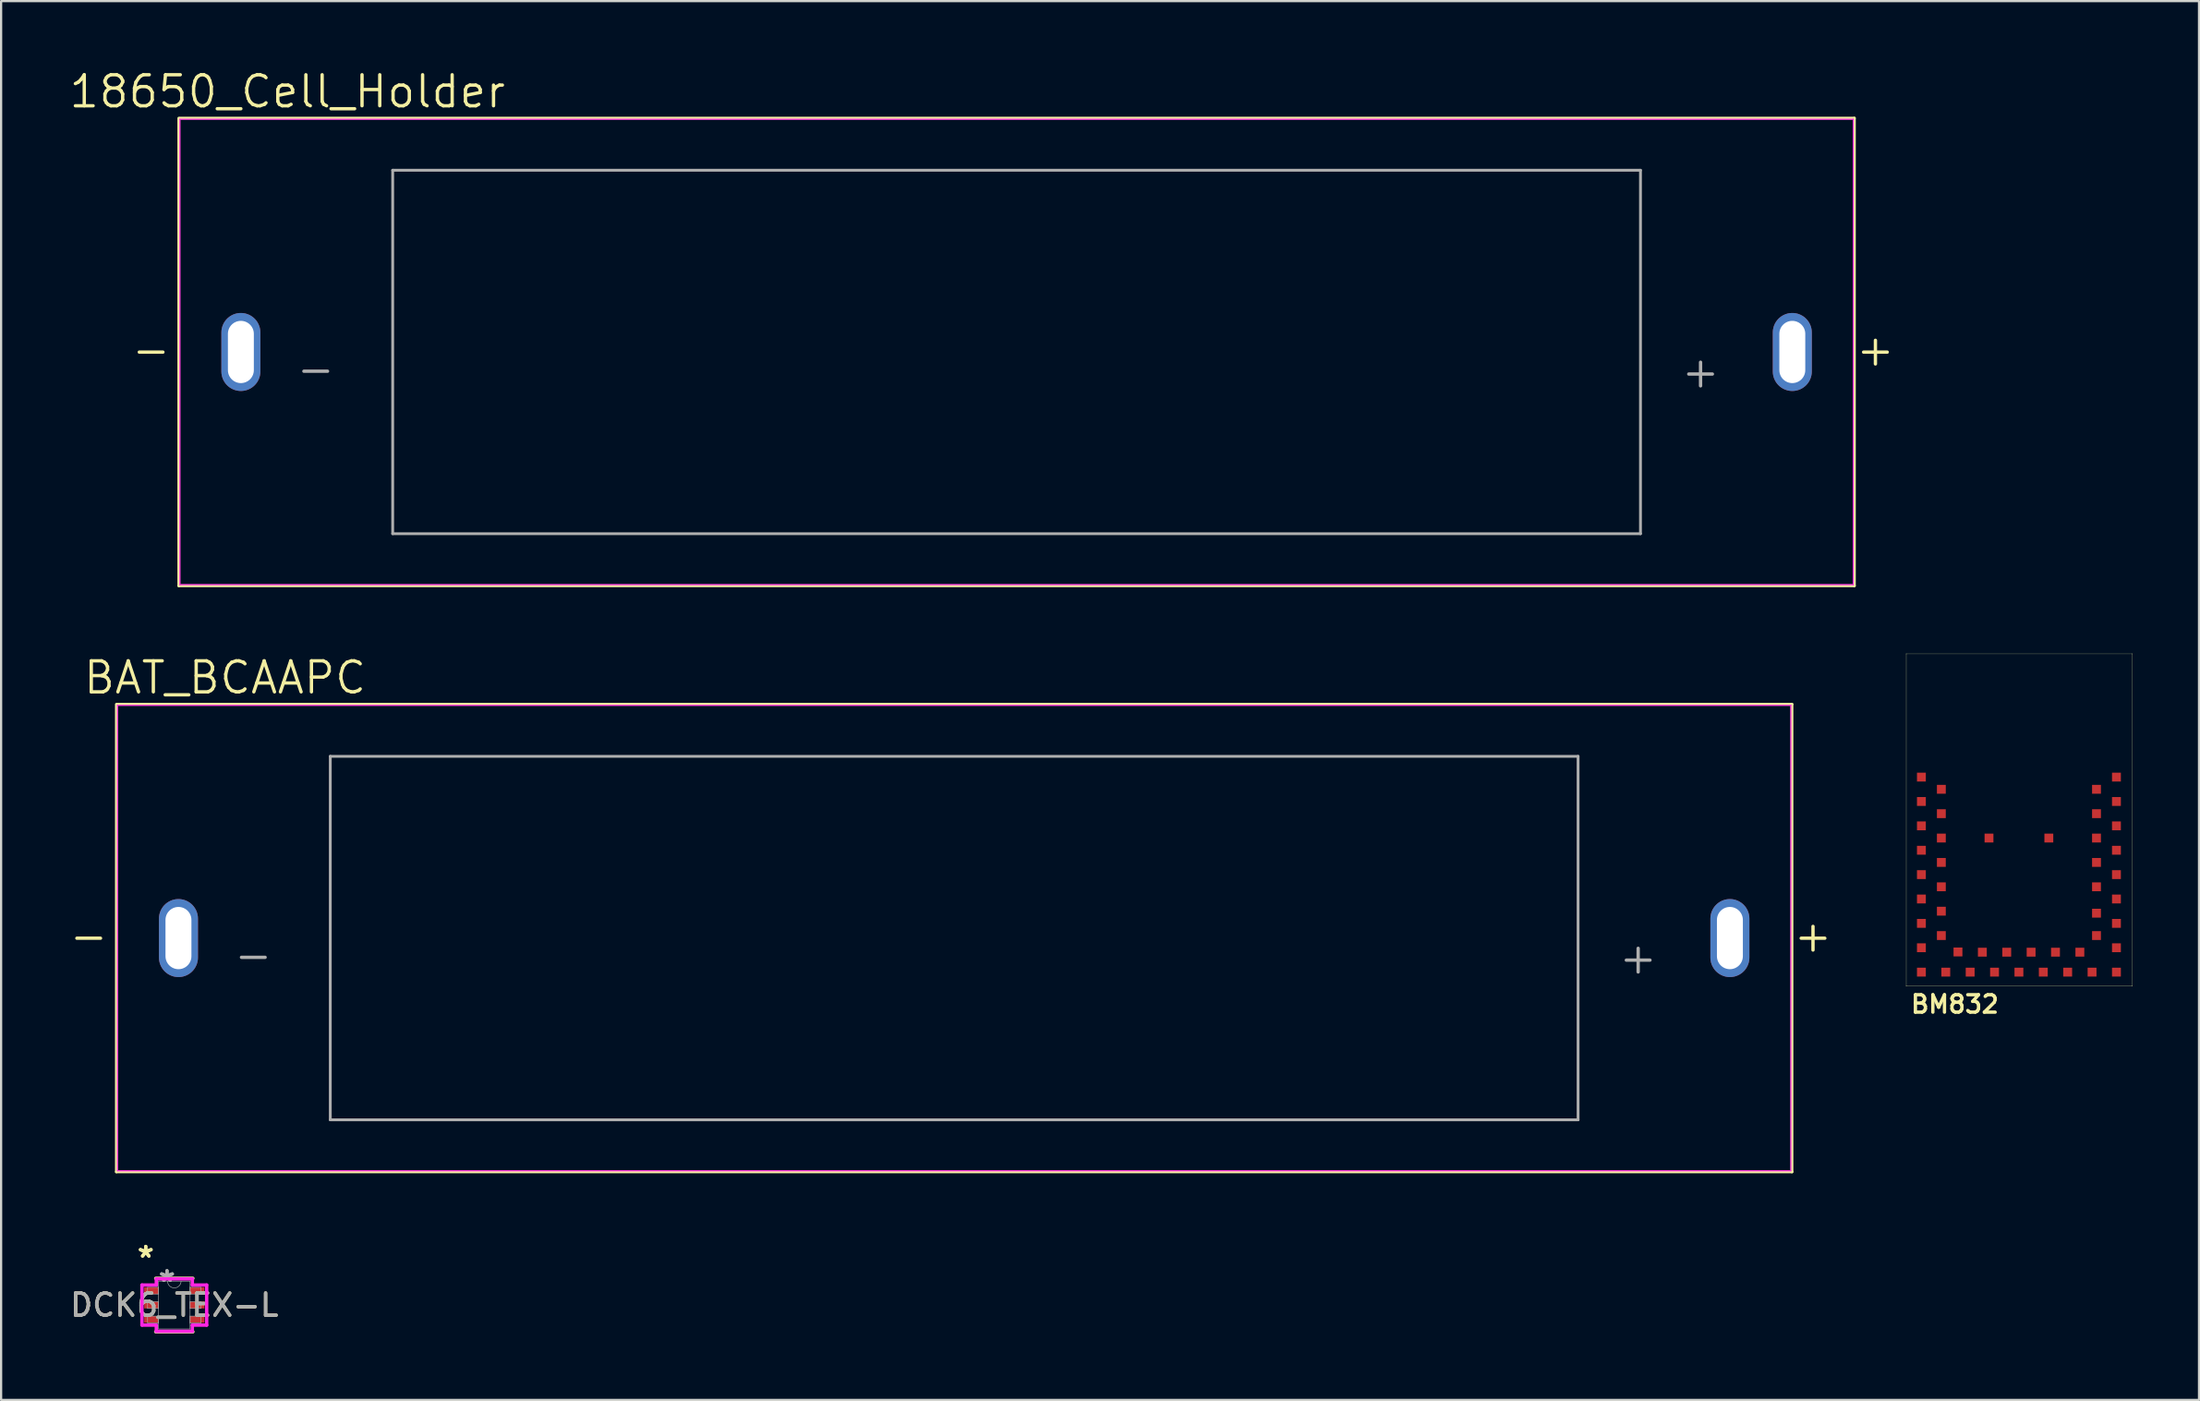
<source format=kicad_pcb>
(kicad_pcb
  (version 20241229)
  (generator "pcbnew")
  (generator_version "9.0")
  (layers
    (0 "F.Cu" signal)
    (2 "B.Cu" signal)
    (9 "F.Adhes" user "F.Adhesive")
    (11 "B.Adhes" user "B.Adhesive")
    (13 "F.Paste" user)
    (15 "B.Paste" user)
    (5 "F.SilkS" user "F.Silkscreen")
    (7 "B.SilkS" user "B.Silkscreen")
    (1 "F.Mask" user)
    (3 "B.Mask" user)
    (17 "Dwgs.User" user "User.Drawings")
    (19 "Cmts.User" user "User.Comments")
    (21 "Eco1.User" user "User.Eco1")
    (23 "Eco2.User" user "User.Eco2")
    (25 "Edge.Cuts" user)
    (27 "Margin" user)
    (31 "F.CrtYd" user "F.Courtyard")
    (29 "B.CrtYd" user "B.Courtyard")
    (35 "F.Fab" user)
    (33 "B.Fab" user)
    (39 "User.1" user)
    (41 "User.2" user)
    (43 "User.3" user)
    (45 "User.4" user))
  (footprint "BM832"
    (layer "F.Cu")
    (at 82.953 41.465)
    (property "Reference" "BM832" (at 2.2 0.8 0) (layer "F.SilkS") (effects (font (size 0.787 0.787) (thickness 0.15))))
    (attr smd)
    (fp_line (start 0.008 -15.012) (end 10.206 -15.012) (stroke (width 0.01) (type solid)) (layer "F.SilkS"))
    (fp_line (start 0.008 -15.009) (end 0.008 -15.012) (stroke (width 0.01) (type solid)) (layer "F.SilkS"))
    (fp_line (start 0.008 -0.016) (end 0.008 -15.009) (stroke (width 0.01) (type solid)) (layer "F.SilkS"))
    (fp_line (start 0.008 -0.014) (end 0.008 -0.016) (stroke (width 0.01) (type solid)) (layer "F.SilkS"))
    (fp_line (start 10.206 -15.012) (end 10.208 -15.012) (stroke (width 0.01) (type solid)) (layer "F.SilkS"))
    (fp_line (start 10.208 -15.012) (end 10.208 -0.016) (stroke (width 0.01) (type solid)) (layer "F.SilkS"))
    (fp_line (start 10.208 -0.016) (end 10.208 -0.014) (stroke (width 0.01) (type solid)) (layer "F.SilkS"))
    (fp_line (start 10.208 -0.014) (end 0.008 -0.014) (stroke (width 0.01) (type solid)) (layer "F.SilkS"))
    (fp_arc (start 0.0055 -15.0117) (mid 0.006232 -15.013468) (end 0.008 -15.0142) (stroke (width 0.01) (type solid)) (layer "F.SilkS"))
    (fp_arc (start 0.008 -15.0142) (mid 0.009768 -15.013468) (end 0.0105 -15.0117) (stroke (width 0.01) (type solid)) (layer "F.SilkS"))
    (fp_arc (start 0.008 -15.0092) (mid 0.0055 -15.0117) (end 0.008 -15.0142) (stroke (width 0.01) (type solid)) (layer "F.SilkS"))
    (fp_arc (start 0.008 -0.0112) (mid 0.006232 -0.011932) (end 0.0055 -0.0137) (stroke (width 0.01) (type solid)) (layer "F.SilkS"))
    (fp_arc (start 0.008 -0.0112) (mid 0.0055 -0.0137) (end 0.008 -0.0162) (stroke (width 0.01) (type solid)) (layer "F.SilkS"))
    (fp_arc (start 0.0105 -0.0137) (mid 0.009768 -0.011932) (end 0.008 -0.0112) (stroke (width 0.01) (type solid)) (layer "F.SilkS"))
    (fp_arc (start 10.2055 -15.0117) (mid 10.208 -15.0142) (end 10.2105 -15.0117) (stroke (width 0.01) (type solid)) (layer "F.SilkS"))
    (fp_arc (start 10.208 -15.0142) (mid 10.209768 -15.013468) (end 10.2105 -15.0117) (stroke (width 0.01) (type solid)) (layer "F.SilkS"))
    (fp_arc (start 10.208 -0.0162) (mid 10.2105 -0.0137) (end 10.208 -0.0112) (stroke (width 0.01) (type solid)) (layer "F.SilkS"))
    (fp_arc (start 10.208 -0.0112) (mid 10.206232 -0.011932) (end 10.2055 -0.0137) (stroke (width 0.01) (type solid)) (layer "F.SilkS"))
    (fp_arc (start 10.2105 -15.0117) (mid 10.209768 -15.009932) (end 10.208 -15.0092) (stroke (width 0.01) (type solid)) (layer "F.SilkS"))
    (fp_arc (start 10.2105 -0.0137) (mid 10.209768 -0.011932) (end 10.208 -0.0112) (stroke (width 0.01) (type solid)) (layer "F.SilkS"))
    (pad "P$1" smd rect (at 0.69 -9.45 180) (size 0.4 0.4) (layers "F.Cu" "F.Mask" "F.Paste"))
    (pad "P$2" smd rect (at 1.59 -8.9 90) (size 0.4 0.4) (layers "F.Cu" "F.Mask" "F.Paste"))
    (pad "P$3" smd rect (at 0.69 -8.35 90) (size 0.4 0.4) (layers "F.Cu" "F.Mask" "F.Paste"))
    (pad "P$4" smd rect (at 1.59 -7.8 90) (size 0.4 0.4) (layers "F.Cu" "F.Mask" "F.Paste"))
    (pad "P$5" smd rect (at 0.69 -7.25 90) (size 0.4 0.4) (layers "F.Cu" "F.Mask" "F.Paste"))
    (pad "P$6" smd rect (at 1.59 -6.7 90) (size 0.4 0.4) (layers "F.Cu" "F.Mask" "F.Paste"))
    (pad "P$7" smd rect (at 0.69 -6.15 90) (size 0.4 0.4) (layers "F.Cu" "F.Mask" "F.Paste"))
    (pad "P$8" smd rect (at 1.59 -5.6 180) (size 0.4 0.4) (layers "F.Cu" "F.Mask" "F.Paste"))
    (pad "P$9" smd rect (at 0.69 -5.05 90) (size 0.4 0.4) (layers "F.Cu" "F.Mask" "F.Paste"))
    (pad "P$10" smd rect (at 1.59 -4.5 90) (size 0.4 0.4) (layers "F.Cu" "F.Mask" "F.Paste"))
    (pad "P$11" smd rect (at 0.69 -3.95 90) (size 0.4 0.4) (layers "F.Cu" "F.Mask" "F.Paste"))
    (pad "P$12" smd rect (at 1.59 -3.4 90) (size 0.4 0.4) (layers "F.Cu" "F.Mask" "F.Paste"))
    (pad "P$13" smd rect (at 0.69 -2.85 90) (size 0.4 0.4) (layers "F.Cu" "F.Mask" "F.Paste"))
    (pad "P$14" smd rect (at 1.59 -2.3 90) (size 0.4 0.4) (layers "F.Cu" "F.Mask" "F.Paste"))
    (pad "P$15" smd rect (at 0.69 -1.75 90) (size 0.4 0.4) (layers "F.Cu" "F.Mask" "F.Paste"))
    (pad "P$16" smd rect (at 0.69 -0.65 90) (size 0.4 0.4) (layers "F.Cu" "F.Mask" "F.Paste"))
    (pad "P$17" smd rect (at 1.79 -0.65 90) (size 0.4 0.4) (layers "F.Cu" "F.Mask" "F.Paste"))
    (pad "P$18" smd rect (at 2.34 -1.56 180) (size 0.4 0.4) (layers "F.Cu" "F.Mask" "F.Paste"))
    (pad "P$19" smd rect (at 2.89 -0.65 90) (size 0.4 0.4) (layers "F.Cu" "F.Mask" "F.Paste"))
    (pad "P$20" smd rect (at 3.44 -1.55 90) (size 0.4 0.4) (layers "F.Cu" "F.Mask" "F.Paste"))
    (pad "P$21" smd rect (at 3.99 -0.65 90) (size 0.4 0.4) (layers "F.Cu" "F.Mask" "F.Paste"))
    (pad "P$22" smd rect (at 4.54 -1.55 90) (size 0.4 0.4) (layers "F.Cu" "F.Mask" "F.Paste"))
    (pad "P$23" smd rect (at 5.09 -0.65 180) (size 0.4 0.4) (layers "F.Cu" "F.Mask" "F.Paste"))
    (pad "P$24" smd rect (at 5.64 -1.55 90) (size 0.4 0.4) (layers "F.Cu" "F.Mask" "F.Paste"))
    (pad "P$25" smd rect (at 6.19 -0.65 90) (size 0.4 0.4) (layers "F.Cu" "F.Mask" "F.Paste"))
    (pad "P$26" smd rect (at 6.74 -1.55 90) (size 0.4 0.4) (layers "F.Cu" "F.Mask" "F.Paste"))
    (pad "P$27" smd rect (at 7.29 -0.65 90) (size 0.4 0.4) (layers "F.Cu" "F.Mask" "F.Paste"))
    (pad "P$28" smd rect (at 7.84 -1.55 90) (size 0.4 0.4) (layers "F.Cu" "F.Mask" "F.Paste"))
    (pad "P$29" smd rect (at 8.39 -0.65 90) (size 0.4 0.4) (layers "F.Cu" "F.Mask" "F.Paste"))
    (pad "P$30" smd rect (at 9.49 -0.65 180) (size 0.4 0.4) (layers "F.Cu" "F.Mask" "F.Paste"))
    (pad "P$31" smd rect (at 9.49 -1.75 90) (size 0.4 0.4) (layers "F.Cu" "F.Mask" "F.Paste"))
    (pad "P$32" smd rect (at 8.59 -2.3 90) (size 0.4 0.4) (layers "F.Cu" "F.Mask" "F.Paste"))
    (pad "P$33" smd rect (at 9.49 -2.85 90) (size 0.4 0.4) (layers "F.Cu" "F.Mask" "F.Paste"))
    (pad "P$34" smd rect (at 8.59 -3.31 90) (size 0.4 0.4) (layers "F.Cu" "F.Mask" "F.Paste"))
    (pad "P$35" smd rect (at 9.49 -3.95 90) (size 0.4 0.4) (layers "F.Cu" "F.Mask" "F.Paste"))
    (pad "P$36" smd rect (at 8.59 -4.5 90) (size 0.4 0.4) (layers "F.Cu" "F.Mask" "F.Paste"))
    (pad "P$37" smd rect (at 9.49 -5.05 90) (size 0.4 0.4) (layers "F.Cu" "F.Mask" "F.Paste"))
    (pad "P$38" smd rect (at 8.59 -5.6 90) (size 0.4 0.4) (layers "F.Cu" "F.Mask" "F.Paste"))
    (pad "P$39" smd rect (at 9.49 -6.15 90) (size 0.4 0.4) (layers "F.Cu" "F.Mask" "F.Paste"))
    (pad "P$40" smd rect (at 8.59 -6.7 90) (size 0.4 0.4) (layers "F.Cu" "F.Mask" "F.Paste"))
    (pad "P$41" smd rect (at 9.49 -7.25 90) (size 0.4 0.4) (layers "F.Cu" "F.Mask" "F.Paste"))
    (pad "P$42" smd rect (at 8.59 -7.8 90) (size 0.4 0.4) (layers "F.Cu" "F.Mask" "F.Paste"))
    (pad "P$43" smd rect (at 9.49 -8.35 90) (size 0.4 0.4) (layers "F.Cu" "F.Mask" "F.Paste"))
    (pad "P$44" smd rect (at 8.59 -8.9 90) (size 0.4 0.4) (layers "F.Cu" "F.Mask" "F.Paste"))
    (pad "P$45" smd rect (at 9.49 -9.45 90) (size 0.4 0.4) (layers "F.Cu" "F.Mask" "F.Paste"))
    (pad "P$46" smd rect (at 6.44 -6.7 90) (size 0.4 0.4) (layers "F.Cu" "F.Mask" "F.Paste"))
    (pad "P$47" smd rect (at 3.74 -6.7 90) (size 0.4 0.4) (layers "F.Cu" "F.Mask" "F.Paste")))
  (footprint "DCK6_TEX-L"
    (layer "F.Cu")
    (at 4.815 55.838)
    (property "Reference" "DCK6_TEX-L" (at 0 0 0) (unlocked yes) (layer "F.SilkS") (effects (font (size 1 1) (thickness 0.15))))
    (attr smd)
    (fp_line (start -0.838 1.206) (end 0.838 1.206) (stroke (width 0.152) (type solid)) (layer "F.SilkS"))
    (fp_line (start 0.838 -1.206) (end -0.838 -1.206) (stroke (width 0.152) (type solid)) (layer "F.SilkS"))
    (fp_line (start -1.46 -0.904) (end -0.813 -0.904) (stroke (width 0.152) (type solid)) (layer "F.CrtYd"))
    (fp_line (start -1.46 0.904) (end -1.46 -0.904) (stroke (width 0.152) (type solid)) (layer "F.CrtYd"))
    (fp_line (start -1.46 0.904) (end -0.813 0.904) (stroke (width 0.152) (type solid)) (layer "F.CrtYd"))
    (fp_line (start -0.813 -1.181) (end 0.813 -1.181) (stroke (width 0.152) (type solid)) (layer "F.CrtYd"))
    (fp_line (start -0.813 -0.904) (end -0.813 -1.181) (stroke (width 0.152) (type solid)) (layer "F.CrtYd"))
    (fp_line (start -0.813 1.181) (end -0.813 0.904) (stroke (width 0.152) (type solid)) (layer "F.CrtYd"))
    (fp_line (start 0.813 -1.181) (end 0.813 -0.904) (stroke (width 0.152) (type solid)) (layer "F.CrtYd"))
    (fp_line (start 0.813 0.904) (end 0.813 1.181) (stroke (width 0.152) (type solid)) (layer "F.CrtYd"))
    (fp_line (start 0.813 1.181) (end -0.813 1.181) (stroke (width 0.152) (type solid)) (layer "F.CrtYd"))
    (fp_line (start 1.46 -0.904) (end 0.813 -0.904) (stroke (width 0.152) (type solid)) (layer "F.CrtYd"))
    (fp_line (start 1.46 -0.904) (end 1.46 0.904) (stroke (width 0.152) (type solid)) (layer "F.CrtYd"))
    (fp_line (start 1.46 0.904) (end 0.813 0.904) (stroke (width 0.152) (type solid)) (layer "F.CrtYd"))
    (fp_line (start -1.206 -0.802) (end -1.206 -0.498) (stroke (width 0.025) (type solid)) (layer "F.Fab"))
    (fp_line (start -1.206 -0.498) (end -0.711 -0.498) (stroke (width 0.025) (type solid)) (layer "F.Fab"))
    (fp_line (start -1.206 -0.152) (end -1.206 0.152) (stroke (width 0.025) (type solid)) (layer "F.Fab"))
    (fp_line (start -1.206 0.152) (end -0.711 0.152) (stroke (width 0.025) (type solid)) (layer "F.Fab"))
    (fp_line (start -1.206 0.498) (end -1.206 0.802) (stroke (width 0.025) (type solid)) (layer "F.Fab"))
    (fp_line (start -1.206 0.802) (end -0.711 0.802) (stroke (width 0.025) (type solid)) (layer "F.Fab"))
    (fp_line (start -0.711 -1.079) (end -0.711 1.079) (stroke (width 0.025) (type solid)) (layer "F.Fab"))
    (fp_line (start -0.711 -0.802) (end -1.206 -0.802) (stroke (width 0.025) (type solid)) (layer "F.Fab"))
    (fp_line (start -0.711 -0.498) (end -0.711 -0.802) (stroke (width 0.025) (type solid)) (layer "F.Fab"))
    (fp_line (start -0.711 -0.152) (end -1.206 -0.152) (stroke (width 0.025) (type solid)) (layer "F.Fab"))
    (fp_line (start -0.711 0.152) (end -0.711 -0.152) (stroke (width 0.025) (type solid)) (layer "F.Fab"))
    (fp_line (start -0.711 0.498) (end -1.206 0.498) (stroke (width 0.025) (type solid)) (layer "F.Fab"))
    (fp_line (start -0.711 0.802) (end -0.711 0.498) (stroke (width 0.025) (type solid)) (layer "F.Fab"))
    (fp_line (start -0.711 1.079) (end 0.711 1.079) (stroke (width 0.025) (type solid)) (layer "F.Fab"))
    (fp_line (start 0.711 -1.079) (end -0.711 -1.079) (stroke (width 0.025) (type solid)) (layer "F.Fab"))
    (fp_line (start 0.711 -0.802) (end 0.711 -0.498) (stroke (width 0.025) (type solid)) (layer "F.Fab"))
    (fp_line (start 0.711 -0.498) (end 1.206 -0.498) (stroke (width 0.025) (type solid)) (layer "F.Fab"))
    (fp_line (start 0.711 -0.152) (end 0.711 0.152) (stroke (width 0.025) (type solid)) (layer "F.Fab"))
    (fp_line (start 0.711 0.152) (end 1.206 0.152) (stroke (width 0.025) (type solid)) (layer "F.Fab"))
    (fp_line (start 0.711 0.498) (end 0.711 0.802) (stroke (width 0.025) (type solid)) (layer "F.Fab"))
    (fp_line (start 0.711 0.802) (end 1.206 0.802) (stroke (width 0.025) (type solid)) (layer "F.Fab"))
    (fp_line (start 0.711 1.079) (end 0.711 -1.079) (stroke (width 0.025) (type solid)) (layer "F.Fab"))
    (fp_line (start 1.206 -0.802) (end 0.711 -0.802) (stroke (width 0.025) (type solid)) (layer "F.Fab"))
    (fp_line (start 1.206 -0.498) (end 1.206 -0.802) (stroke (width 0.025) (type solid)) (layer "F.Fab"))
    (fp_line (start 1.206 -0.152) (end 0.711 -0.152) (stroke (width 0.025) (type solid)) (layer "F.Fab"))
    (fp_line (start 1.206 0.152) (end 1.206 -0.152) (stroke (width 0.025) (type solid)) (layer "F.Fab"))
    (fp_line (start 1.206 0.498) (end 0.711 0.498) (stroke (width 0.025) (type solid)) (layer "F.Fab"))
    (fp_line (start 1.206 0.802) (end 1.206 0.498) (stroke (width 0.025) (type solid)) (layer "F.Fab"))
    (fp_arc (start 0.3048 -1.0795) (mid 0 -0.7747) (end -0.3048 -1.0795) (stroke (width 0.0254) (type solid)) (layer "F.Fab"))
    (fp_text user "*" (at -1.289 -2.098 0) (unlocked yes) (layer "F.SilkS") (effects (font (size 1 1) (thickness 0.15))))
    (fp_text user "*" (at -1.289 -2.098 0) (layer "F.SilkS") (effects (font (size 1 1) (thickness 0.15))))
    (fp_text user "${REFERENCE}" (at 0 0 0) (unlocked yes) (layer "F.Fab") (effects (font (size 1 1) (thickness 0.15))))
    (fp_text user "*" (at -0.33 -1.003 0) (unlocked yes) (layer "F.Fab") (effects (font (size 1 1) (thickness 0.15))))
    (fp_text user "*" (at -0.33 -1.003 0) (layer "F.Fab") (effects (font (size 1 1) (thickness 0.15))))
    (pad "1" smd rect (at -1.035 -0.65) (size 0.648 0.305) (layers "F.Cu" "F.Mask" "F.Paste"))
    (pad "2" smd rect (at -1.035 0) (size 0.648 0.305) (layers "F.Cu" "F.Mask" "F.Paste"))
    (pad "3" smd rect (at -1.035 0.65) (size 0.648 0.305) (layers "F.Cu" "F.Mask" "F.Paste"))
    (pad "4" smd rect (at 1.035 0.65) (size 0.648 0.305) (layers "F.Cu" "F.Mask" "F.Paste"))
    (pad "5" smd rect (at 1.035 0) (size 0.648 0.305) (layers "F.Cu" "F.Mask" "F.Paste"))
    (pad "6" smd rect (at 1.035 -0.65) (size 0.648 0.305) (layers "F.Cu" "F.Mask" "F.Paste")))
  (footprint "18650_Cell_Holder"
    (layer "F.Cu")
    (at 42.818 12.832)
    (property "Reference" "18650_Cell_Holder" (at -32.9 -11.75 0) (layer "F.SilkS") (effects (font (size 1.4 1.4) (thickness 0.15))))
    (attr through_hole)
    (fp_line (start -37.8 -10.55) (end -37.8 10.55) (stroke (width 0.127) (type solid)) (layer "F.SilkS"))
    (fp_line (start -37.8 10.55) (end 37.8 10.55) (stroke (width 0.127) (type solid)) (layer "F.SilkS"))
    (fp_line (start 37.8 -10.55) (end -37.75 -10.55) (stroke (width 0.127) (type solid)) (layer "F.SilkS"))
    (fp_line (start 37.8 10.55) (end 37.8 -10.55) (stroke (width 0.127) (type solid)) (layer "F.SilkS"))
    (fp_line (start -37.75 -10.5) (end -37.75 10.5) (stroke (width 0.05) (type solid)) (layer "F.CrtYd"))
    (fp_line (start -37.75 10.5) (end 37.75 10.5) (stroke (width 0.05) (type solid)) (layer "F.CrtYd"))
    (fp_line (start 37.75 -10.5) (end -37.75 -10.5) (stroke (width 0.05) (type solid)) (layer "F.CrtYd"))
    (fp_line (start 37.75 10.5) (end 37.75 -10.5) (stroke (width 0.05) (type solid)) (layer "F.CrtYd"))
    (fp_line (start -28.15 -8.2) (end -28.15 8.2) (stroke (width 0.127) (type solid)) (layer "F.Fab"))
    (fp_line (start -28.15 8.2) (end 28.15 8.2) (stroke (width 0.127) (type solid)) (layer "F.Fab"))
    (fp_line (start 28.15 -8.2) (end -28.15 -8.2) (stroke (width 0.127) (type solid)) (layer "F.Fab"))
    (fp_line (start 28.15 8.2) (end 28.15 -8.2) (stroke (width 0.127) (type solid)) (layer "F.Fab"))
    (fp_text user "-" (at -39.05 -0.1 0) (layer "F.SilkS") (effects (font (size 1.4 1.4) (thickness 0.15))))
    (fp_text user "+" (at 38.75 -0.1 0) (layer "F.SilkS") (effects (font (size 1.4 1.4) (thickness 0.15))))
    (fp_text user "+" (at 30.861 0.889 0) (layer "F.Fab") (effects (font (size 1.4 1.4) (thickness 0.15))))
    (fp_text user "-" (at -31.623 0.762 0) (layer "F.Fab") (effects (font (size 1.4 1.4) (thickness 0.15))))
    (pad "1" thru_hole oval (at 35 0) (size 1.76 3.52) (drill oval 1.17 2.808) (layers "*.Cu" "*.Mask"))
    (pad "2" thru_hole oval (at -35 0) (size 1.76 3.52) (drill oval 1.17 2.808) (layers "*.Cu" "*.Mask")))
  (footprint "BAT_BCAAPC"
    (layer "F.Cu")
    (at 40.002 39.278)
    (property "Reference" "BAT_BCAAPC" (at -32.9 -11.75 0) (layer "F.SilkS") (effects (font (size 1.4 1.4) (thickness 0.15))))
    (attr through_hole)
    (fp_line (start -37.8 -10.55) (end -37.8 10.55) (stroke (width 0.127) (type solid)) (layer "F.SilkS"))
    (fp_line (start -37.8 10.55) (end 37.8 10.55) (stroke (width 0.127) (type solid)) (layer "F.SilkS"))
    (fp_line (start 37.8 -10.55) (end -37.75 -10.55) (stroke (width 0.127) (type solid)) (layer "F.SilkS"))
    (fp_line (start 37.8 10.55) (end 37.8 -10.55) (stroke (width 0.127) (type solid)) (layer "F.SilkS"))
    (fp_line (start -37.75 -10.5) (end -37.75 10.5) (stroke (width 0.05) (type solid)) (layer "F.CrtYd"))
    (fp_line (start -37.75 10.5) (end 37.75 10.5) (stroke (width 0.05) (type solid)) (layer "F.CrtYd"))
    (fp_line (start 37.75 -10.5) (end -37.75 -10.5) (stroke (width 0.05) (type solid)) (layer "F.CrtYd"))
    (fp_line (start 37.75 10.5) (end 37.75 -10.5) (stroke (width 0.05) (type solid)) (layer "F.CrtYd"))
    (fp_line (start -28.15 -8.2) (end -28.15 8.2) (stroke (width 0.127) (type solid)) (layer "F.Fab"))
    (fp_line (start -28.15 8.2) (end 28.15 8.2) (stroke (width 0.127) (type solid)) (layer "F.Fab"))
    (fp_line (start 28.15 -8.2) (end -28.15 -8.2) (stroke (width 0.127) (type solid)) (layer "F.Fab"))
    (fp_line (start 28.15 8.2) (end 28.15 -8.2) (stroke (width 0.127) (type solid)) (layer "F.Fab"))
    (fp_text user "-" (at -39.05 -0.1 0) (layer "F.SilkS") (effects (font (size 1.4 1.4) (thickness 0.15))))
    (fp_text user "+" (at 38.75 -0.1 0) (layer "F.SilkS") (effects (font (size 1.4 1.4) (thickness 0.15))))
    (fp_text user "+" (at 30.861 0.889 0) (layer "F.Fab") (effects (font (size 1.4 1.4) (thickness 0.15))))
    (fp_text user "-" (at -31.623 0.762 0) (layer "F.Fab") (effects (font (size 1.4 1.4) (thickness 0.15))))
    (pad "N" thru_hole oval (at -35 0) (size 1.76 3.52) (drill oval 1.17 2.808) (layers "*.Cu" "*.Mask"))
    (pad "P" thru_hole oval (at 35 0) (size 1.76 3.52) (drill oval 1.17 2.808) (layers "*.Cu" "*.Mask")))
  (gr_rect
    (start -3 -3)
    (end 96.169 60.12)
    (stroke (width 0.1) (type default))
    (fill no)
    (layer "Edge.Cuts")))
</source>
